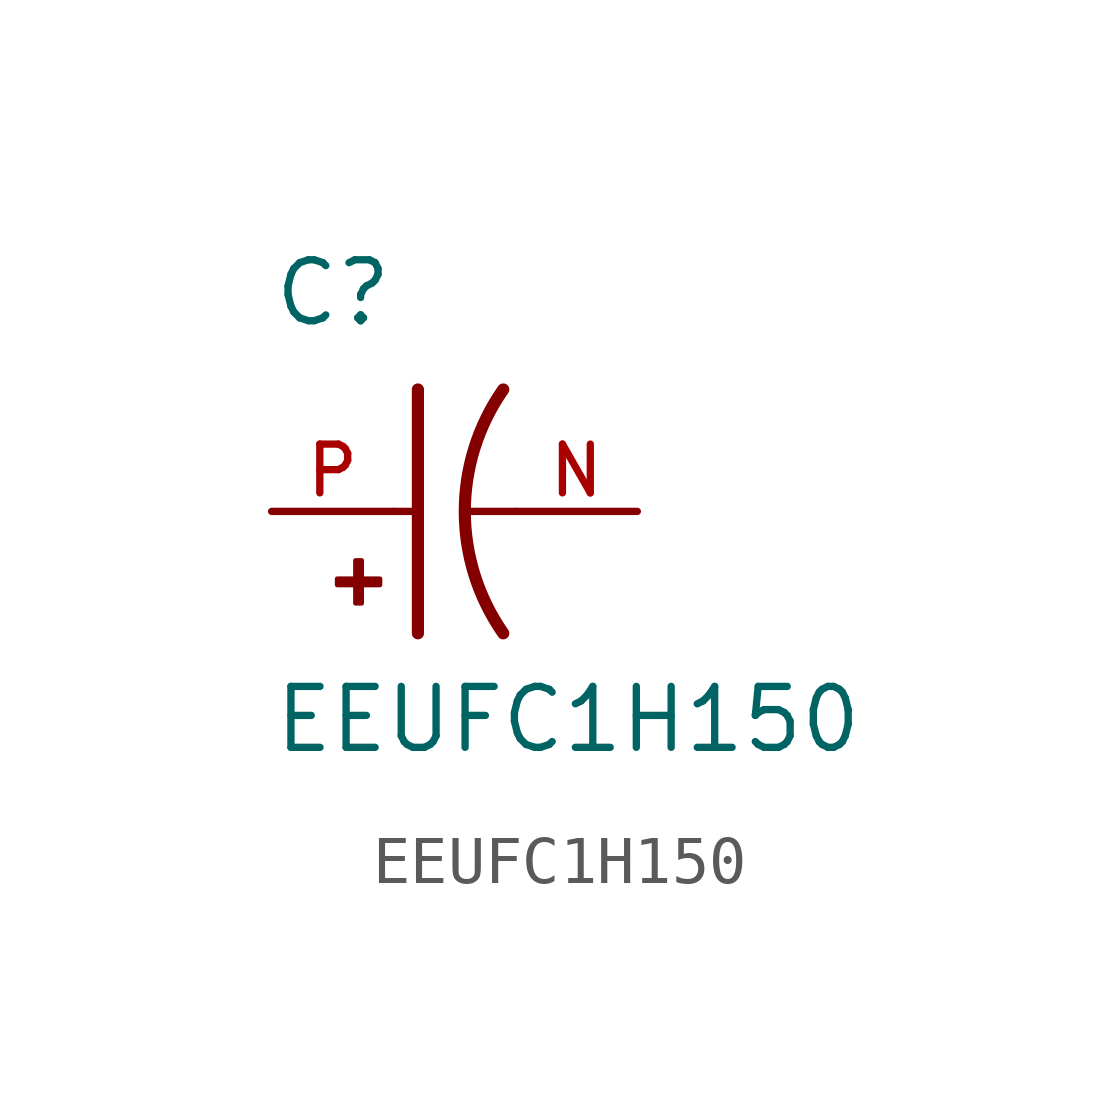
<source format=kicad_sym>
(kicad_symbol_lib
  (version 20211014)
  (generator kicad_symbol_editor)
  (symbol "EEUFC1H150"
    (pin_names
      (offset 1.016))
    (property "Reference" "C"
      (at -2.54 3.81 0)
      (effects (font (size 1.27 1.27)) (justify bottom left)))
    (property "Value" "EEUFC1H150"
      (at -2.54 -5.08 0)
      (effects (font (size 1.27 1.27)) (justify bottom left)))
    (symbol "EEUFC1H150_0_0"
      (arc (start 2.286 -2.54) (mid 1.4851 -0.0) (end 2.286 2.54) (stroke (width 0.254) (type default) (color 0 0 0 0)) (fill (type none)))
      (polyline (pts (xy 0.508 2.54) (xy 0.508 0.0)) (stroke (width 0.254)))
      (rectangle (start -1.173 -1.532) (end -0.284 -1.405) (stroke (width 0.1)) (fill (type outline)))
      (rectangle (start -0.792 -1.913) (end -0.665 -1.024) (stroke (width 0.1)) (fill (type outline)))
      (polyline (pts (xy 0.508 0.0) (xy 0.508 -2.54)) (stroke (width 0.254)))
      (polyline (pts (xy 0.0 0.0) (xy 0.508 0.0)) (stroke (width 0.152)))
      (polyline (pts (xy 2.54 0.0) (xy 1.524 0.0)) (stroke (width 0.152)))
      (pin passive line (at -2.54 0.0 0) (length 2.54) (name "~" (effects (font (size 1.016 1.016)))) (number "P" (effects (font (size 1.016 1.016)))))
      (pin passive line (at 5.08 0.0 180.0) (length 2.54) (name "~" (effects (font (size 1.016 1.016)))) (number "N" (effects (font (size 1.016 1.016))))))))
</source>
